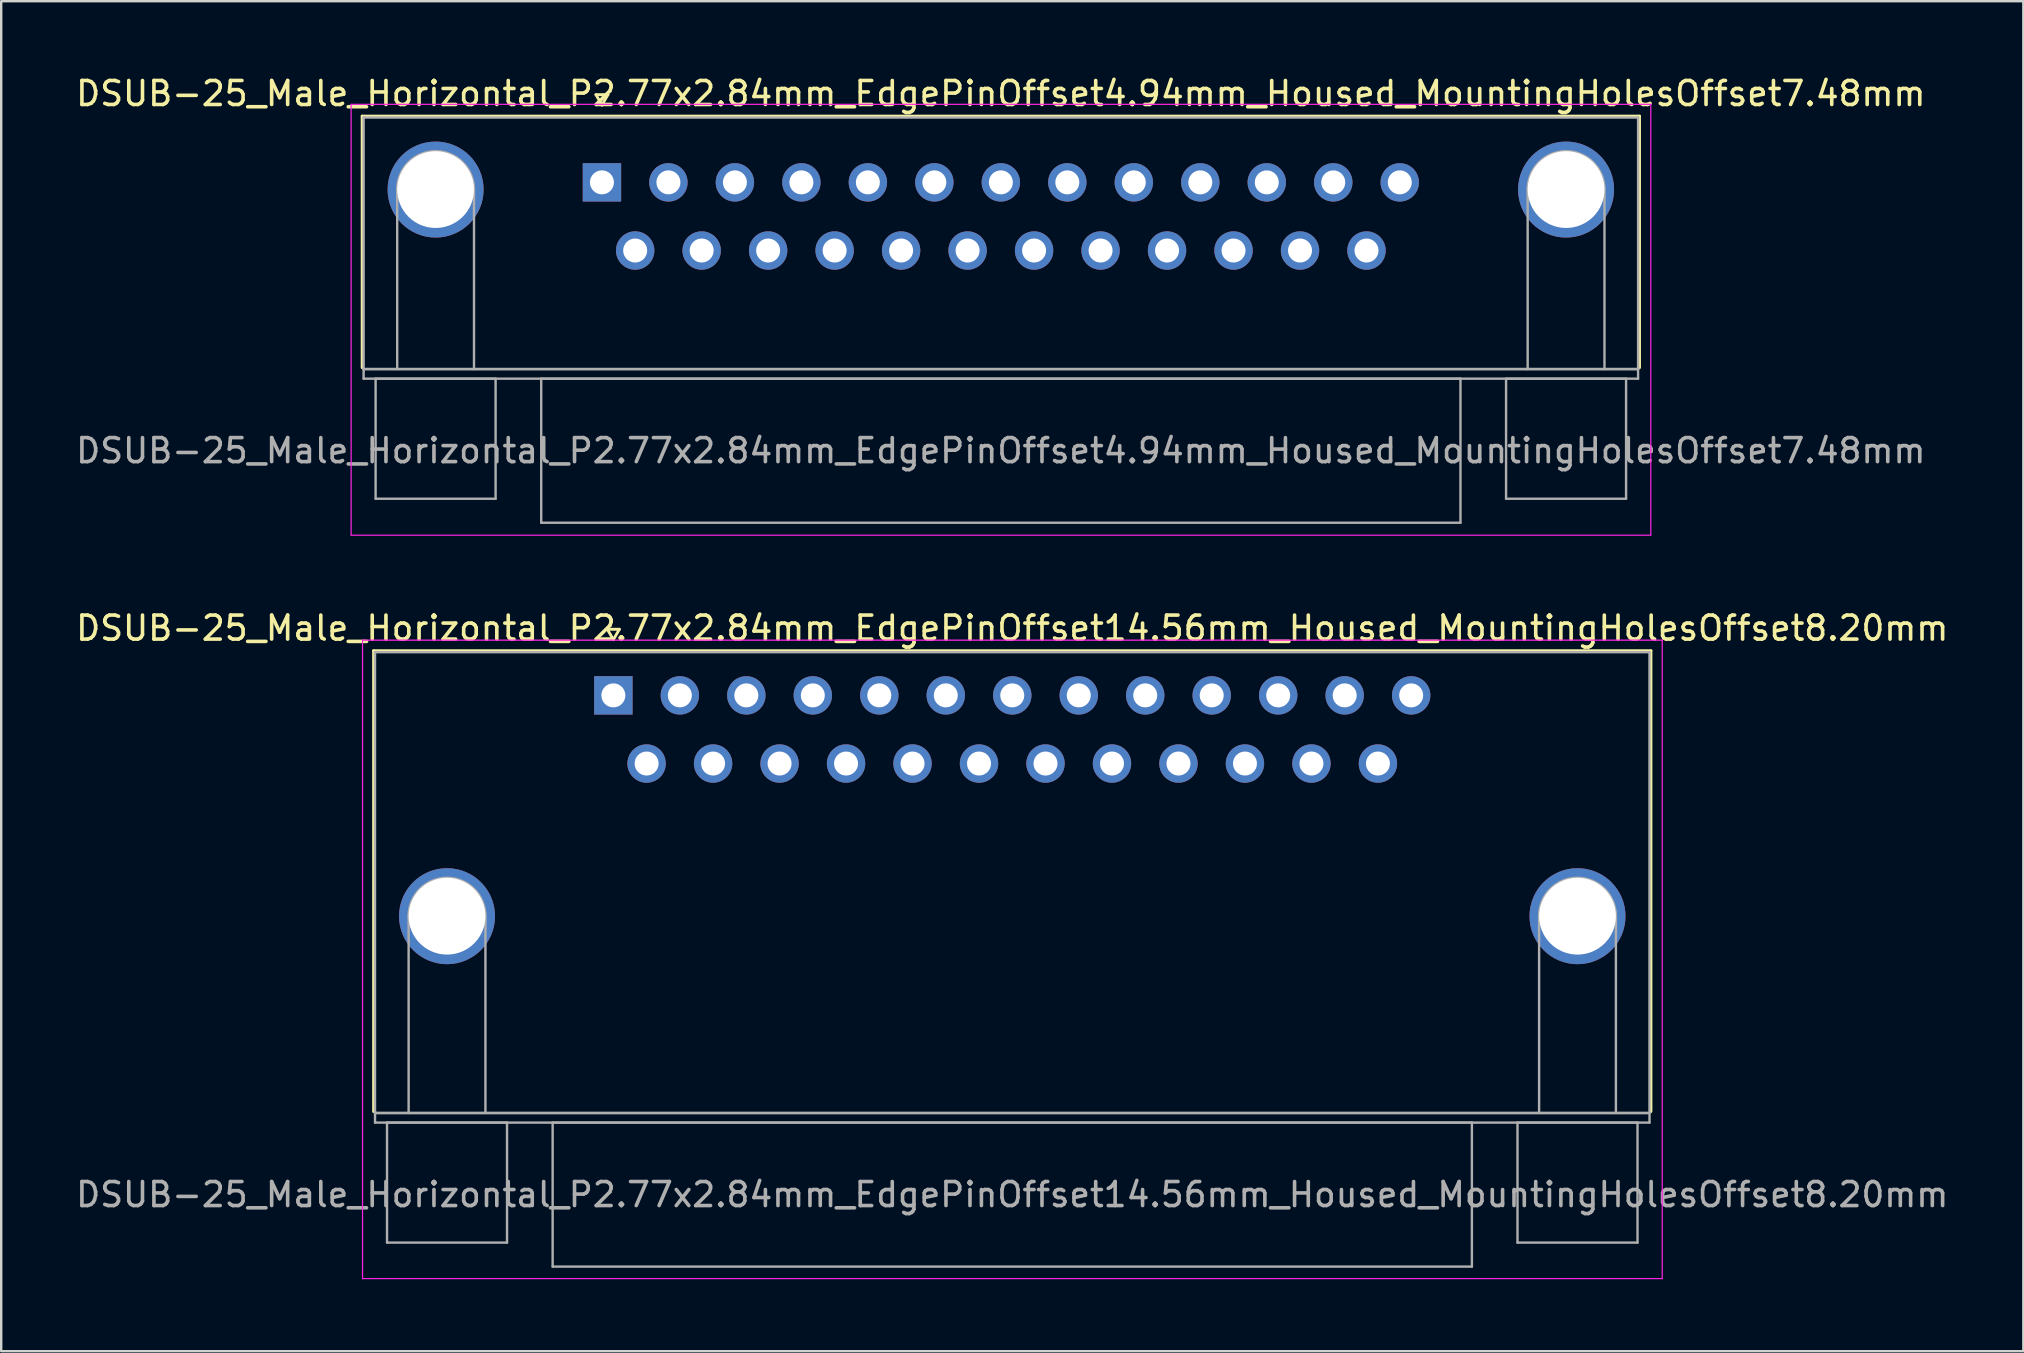
<source format=kicad_pcb>
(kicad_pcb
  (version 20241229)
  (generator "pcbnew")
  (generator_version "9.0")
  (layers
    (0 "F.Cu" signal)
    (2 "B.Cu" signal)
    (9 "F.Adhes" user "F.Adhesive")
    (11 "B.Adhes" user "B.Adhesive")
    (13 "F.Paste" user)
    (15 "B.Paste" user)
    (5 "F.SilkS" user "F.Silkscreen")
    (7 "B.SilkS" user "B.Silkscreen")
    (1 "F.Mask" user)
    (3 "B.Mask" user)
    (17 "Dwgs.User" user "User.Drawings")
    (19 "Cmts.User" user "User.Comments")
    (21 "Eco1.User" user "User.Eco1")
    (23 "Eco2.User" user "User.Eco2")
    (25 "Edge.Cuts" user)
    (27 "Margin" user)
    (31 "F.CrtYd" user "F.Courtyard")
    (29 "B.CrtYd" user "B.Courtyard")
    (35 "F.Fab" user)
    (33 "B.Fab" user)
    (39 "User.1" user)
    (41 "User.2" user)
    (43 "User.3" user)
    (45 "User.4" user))
  (footprint "DSUB-25_Male_Horizontal_P2.77x2.84mm_EdgePinOffset4.94mm_Housed_MountingHolesOffset7.48mm"
    (layer "F.Cu")
    (at 22.029 4.548)
    (property "Reference" "DSUB-25_Male_Horizontal_P2.77x2.84mm_EdgePinOffset4.94mm_Housed_MountingHolesOffset7.48mm" (at 16.62 -3.7 0) (layer "F.SilkS") (effects (font (size 1 1) (thickness 0.15))))
    (attr through_hole)
    (fp_line (start -9.99 -2.76) (end 43.23 -2.76) (stroke (width 0.12) (type solid)) (layer "F.SilkS"))
    (fp_line (start -9.99 7.72) (end -9.99 -2.76) (stroke (width 0.12) (type solid)) (layer "F.SilkS"))
    (fp_line (start -0.25 -3.654) (end 0.25 -3.654) (stroke (width 0.12) (type solid)) (layer "F.SilkS"))
    (fp_line (start 0 -3.221) (end -0.25 -3.654) (stroke (width 0.12) (type solid)) (layer "F.SilkS"))
    (fp_line (start 0.25 -3.654) (end 0 -3.221) (stroke (width 0.12) (type solid)) (layer "F.SilkS"))
    (fp_line (start 43.23 -2.76) (end 43.23 7.72) (stroke (width 0.12) (type solid)) (layer "F.SilkS"))
    (fp_line (start -10.45 -3.25) (end -10.45 14.7) (stroke (width 0.05) (type solid)) (layer "F.CrtYd"))
    (fp_line (start -10.45 14.7) (end 43.7 14.7) (stroke (width 0.05) (type solid)) (layer "F.CrtYd"))
    (fp_line (start 43.7 -3.25) (end -10.45 -3.25) (stroke (width 0.05) (type solid)) (layer "F.CrtYd"))
    (fp_line (start 43.7 14.7) (end 43.7 -3.25) (stroke (width 0.05) (type solid)) (layer "F.CrtYd"))
    (fp_line (start -9.93 -2.7) (end -9.93 7.78) (stroke (width 0.1) (type solid)) (layer "F.Fab"))
    (fp_line (start -9.93 7.78) (end -9.93 8.18) (stroke (width 0.1) (type solid)) (layer "F.Fab"))
    (fp_line (start -9.93 7.78) (end 43.17 7.78) (stroke (width 0.1) (type solid)) (layer "F.Fab"))
    (fp_line (start -9.93 8.18) (end 43.17 8.18) (stroke (width 0.1) (type solid)) (layer "F.Fab"))
    (fp_line (start -9.43 8.18) (end -9.43 13.18) (stroke (width 0.1) (type solid)) (layer "F.Fab"))
    (fp_line (start -9.43 13.18) (end -4.43 13.18) (stroke (width 0.1) (type solid)) (layer "F.Fab"))
    (fp_line (start -8.53 7.78) (end -8.53 0.3) (stroke (width 0.1) (type solid)) (layer "F.Fab"))
    (fp_line (start -5.33 7.78) (end -5.33 0.3) (stroke (width 0.1) (type solid)) (layer "F.Fab"))
    (fp_line (start -4.43 8.18) (end -9.43 8.18) (stroke (width 0.1) (type solid)) (layer "F.Fab"))
    (fp_line (start -4.43 13.18) (end -4.43 8.18) (stroke (width 0.1) (type solid)) (layer "F.Fab"))
    (fp_line (start -2.53 8.18) (end -2.53 14.18) (stroke (width 0.1) (type solid)) (layer "F.Fab"))
    (fp_line (start -2.53 14.18) (end 35.77 14.18) (stroke (width 0.1) (type solid)) (layer "F.Fab"))
    (fp_line (start 35.77 8.18) (end -2.53 8.18) (stroke (width 0.1) (type solid)) (layer "F.Fab"))
    (fp_line (start 35.77 14.18) (end 35.77 8.18) (stroke (width 0.1) (type solid)) (layer "F.Fab"))
    (fp_line (start 37.67 8.18) (end 37.67 13.18) (stroke (width 0.1) (type solid)) (layer "F.Fab"))
    (fp_line (start 37.67 13.18) (end 42.67 13.18) (stroke (width 0.1) (type solid)) (layer "F.Fab"))
    (fp_line (start 38.57 7.78) (end 38.57 0.3) (stroke (width 0.1) (type solid)) (layer "F.Fab"))
    (fp_line (start 41.77 7.78) (end 41.77 0.3) (stroke (width 0.1) (type solid)) (layer "F.Fab"))
    (fp_line (start 42.67 8.18) (end 37.67 8.18) (stroke (width 0.1) (type solid)) (layer "F.Fab"))
    (fp_line (start 42.67 13.18) (end 42.67 8.18) (stroke (width 0.1) (type solid)) (layer "F.Fab"))
    (fp_line (start 43.17 -2.7) (end -9.93 -2.7) (stroke (width 0.1) (type solid)) (layer "F.Fab"))
    (fp_line (start 43.17 7.78) (end -9.93 7.78) (stroke (width 0.1) (type solid)) (layer "F.Fab"))
    (fp_line (start 43.17 7.78) (end 43.17 -2.7) (stroke (width 0.1) (type solid)) (layer "F.Fab"))
    (fp_line (start 43.17 8.18) (end 43.17 7.78) (stroke (width 0.1) (type solid)) (layer "F.Fab"))
    (fp_arc (start -8.53 0.3) (mid -6.93 -1.3) (end -5.33 0.3) (stroke (width 0.1) (type solid)) (layer "F.Fab"))
    (fp_arc (start 38.57 0.3) (mid 40.17 -1.3) (end 41.77 0.3) (stroke (width 0.1) (type solid)) (layer "F.Fab"))
    (fp_text user "${REFERENCE}" (at 16.62 11.18 0) (layer "F.Fab") (effects (font (size 1 1) (thickness 0.15))))
    (pad "0" thru_hole circle (at -6.93 0.3) (size 4 4) (drill 3.2) (layers "*.Cu" "*.Mask"))
    (pad "0" thru_hole circle (at 40.17 0.3) (size 4 4) (drill 3.2) (layers "*.Cu" "*.Mask"))
    (pad "1" thru_hole rect (at 0 0) (size 1.6 1.6) (drill 1) (layers "*.Cu" "*.Mask"))
    (pad "2" thru_hole circle (at 2.77 0) (size 1.6 1.6) (drill 1) (layers "*.Cu" "*.Mask"))
    (pad "3" thru_hole circle (at 5.54 0) (size 1.6 1.6) (drill 1) (layers "*.Cu" "*.Mask"))
    (pad "4" thru_hole circle (at 8.31 0) (size 1.6 1.6) (drill 1) (layers "*.Cu" "*.Mask"))
    (pad "5" thru_hole circle (at 11.08 0) (size 1.6 1.6) (drill 1) (layers "*.Cu" "*.Mask"))
    (pad "6" thru_hole circle (at 13.85 0) (size 1.6 1.6) (drill 1) (layers "*.Cu" "*.Mask"))
    (pad "7" thru_hole circle (at 16.62 0) (size 1.6 1.6) (drill 1) (layers "*.Cu" "*.Mask"))
    (pad "8" thru_hole circle (at 19.39 0) (size 1.6 1.6) (drill 1) (layers "*.Cu" "*.Mask"))
    (pad "9" thru_hole circle (at 22.16 0) (size 1.6 1.6) (drill 1) (layers "*.Cu" "*.Mask"))
    (pad "10" thru_hole circle (at 24.93 0) (size 1.6 1.6) (drill 1) (layers "*.Cu" "*.Mask"))
    (pad "11" thru_hole circle (at 27.7 0) (size 1.6 1.6) (drill 1) (layers "*.Cu" "*.Mask"))
    (pad "12" thru_hole circle (at 30.47 0) (size 1.6 1.6) (drill 1) (layers "*.Cu" "*.Mask"))
    (pad "13" thru_hole circle (at 33.24 0) (size 1.6 1.6) (drill 1) (layers "*.Cu" "*.Mask"))
    (pad "14" thru_hole circle (at 1.385 2.84) (size 1.6 1.6) (drill 1) (layers "*.Cu" "*.Mask"))
    (pad "15" thru_hole circle (at 4.155 2.84) (size 1.6 1.6) (drill 1) (layers "*.Cu" "*.Mask"))
    (pad "16" thru_hole circle (at 6.925 2.84) (size 1.6 1.6) (drill 1) (layers "*.Cu" "*.Mask"))
    (pad "17" thru_hole circle (at 9.695 2.84) (size 1.6 1.6) (drill 1) (layers "*.Cu" "*.Mask"))
    (pad "18" thru_hole circle (at 12.465 2.84) (size 1.6 1.6) (drill 1) (layers "*.Cu" "*.Mask"))
    (pad "19" thru_hole circle (at 15.235 2.84) (size 1.6 1.6) (drill 1) (layers "*.Cu" "*.Mask"))
    (pad "20" thru_hole circle (at 18.005 2.84) (size 1.6 1.6) (drill 1) (layers "*.Cu" "*.Mask"))
    (pad "21" thru_hole circle (at 20.775 2.84) (size 1.6 1.6) (drill 1) (layers "*.Cu" "*.Mask"))
    (pad "22" thru_hole circle (at 23.545 2.84) (size 1.6 1.6) (drill 1) (layers "*.Cu" "*.Mask"))
    (pad "23" thru_hole circle (at 26.315 2.84) (size 1.6 1.6) (drill 1) (layers "*.Cu" "*.Mask"))
    (pad "24" thru_hole circle (at 29.085 2.84) (size 1.6 1.6) (drill 1) (layers "*.Cu" "*.Mask"))
    (pad "25" thru_hole circle (at 31.855 2.84) (size 1.6 1.6) (drill 1) (layers "*.Cu" "*.Mask")))
  (footprint "DSUB-25_Male_Horizontal_P2.77x2.84mm_EdgePinOffset14.56mm_Housed_MountingHolesOffset8.20mm"
    (layer "F.Cu")
    (at 22.505 25.922)
    (property "Reference" "DSUB-25_Male_Horizontal_P2.77x2.84mm_EdgePinOffset14.56mm_Housed_MountingHolesOffset8.20mm" (at 16.62 -2.8 0) (layer "F.SilkS") (effects (font (size 1 1) (thickness 0.15))))
    (attr through_hole)
    (fp_line (start -9.99 -1.86) (end 43.23 -1.86) (stroke (width 0.12) (type solid)) (layer "F.SilkS"))
    (fp_line (start -9.99 17.34) (end -9.99 -1.86) (stroke (width 0.12) (type solid)) (layer "F.SilkS"))
    (fp_line (start -0.25 -2.754) (end 0.25 -2.754) (stroke (width 0.12) (type solid)) (layer "F.SilkS"))
    (fp_line (start 0 -2.321) (end -0.25 -2.754) (stroke (width 0.12) (type solid)) (layer "F.SilkS"))
    (fp_line (start 0.25 -2.754) (end 0 -2.321) (stroke (width 0.12) (type solid)) (layer "F.SilkS"))
    (fp_line (start 43.23 -1.86) (end 43.23 17.34) (stroke (width 0.12) (type solid)) (layer "F.SilkS"))
    (fp_line (start -10.45 -2.3) (end -10.45 24.3) (stroke (width 0.05) (type solid)) (layer "F.CrtYd"))
    (fp_line (start -10.45 24.3) (end 43.7 24.3) (stroke (width 0.05) (type solid)) (layer "F.CrtYd"))
    (fp_line (start 43.7 -2.3) (end -10.45 -2.3) (stroke (width 0.05) (type solid)) (layer "F.CrtYd"))
    (fp_line (start 43.7 24.3) (end 43.7 -2.3) (stroke (width 0.05) (type solid)) (layer "F.CrtYd"))
    (fp_line (start -9.93 -1.8) (end -9.93 17.4) (stroke (width 0.1) (type solid)) (layer "F.Fab"))
    (fp_line (start -9.93 17.4) (end -9.93 17.8) (stroke (width 0.1) (type solid)) (layer "F.Fab"))
    (fp_line (start -9.93 17.4) (end 43.17 17.4) (stroke (width 0.1) (type solid)) (layer "F.Fab"))
    (fp_line (start -9.93 17.8) (end 43.17 17.8) (stroke (width 0.1) (type solid)) (layer "F.Fab"))
    (fp_line (start -9.43 17.8) (end -9.43 22.8) (stroke (width 0.1) (type solid)) (layer "F.Fab"))
    (fp_line (start -9.43 22.8) (end -4.43 22.8) (stroke (width 0.1) (type solid)) (layer "F.Fab"))
    (fp_line (start -8.53 17.4) (end -8.53 9.2) (stroke (width 0.1) (type solid)) (layer "F.Fab"))
    (fp_line (start -5.33 17.4) (end -5.33 9.2) (stroke (width 0.1) (type solid)) (layer "F.Fab"))
    (fp_line (start -4.43 17.8) (end -9.43 17.8) (stroke (width 0.1) (type solid)) (layer "F.Fab"))
    (fp_line (start -4.43 22.8) (end -4.43 17.8) (stroke (width 0.1) (type solid)) (layer "F.Fab"))
    (fp_line (start -2.53 17.8) (end -2.53 23.8) (stroke (width 0.1) (type solid)) (layer "F.Fab"))
    (fp_line (start -2.53 23.8) (end 35.77 23.8) (stroke (width 0.1) (type solid)) (layer "F.Fab"))
    (fp_line (start 35.77 17.8) (end -2.53 17.8) (stroke (width 0.1) (type solid)) (layer "F.Fab"))
    (fp_line (start 35.77 23.8) (end 35.77 17.8) (stroke (width 0.1) (type solid)) (layer "F.Fab"))
    (fp_line (start 37.67 17.8) (end 37.67 22.8) (stroke (width 0.1) (type solid)) (layer "F.Fab"))
    (fp_line (start 37.67 22.8) (end 42.67 22.8) (stroke (width 0.1) (type solid)) (layer "F.Fab"))
    (fp_line (start 38.57 17.4) (end 38.57 9.2) (stroke (width 0.1) (type solid)) (layer "F.Fab"))
    (fp_line (start 41.77 17.4) (end 41.77 9.2) (stroke (width 0.1) (type solid)) (layer "F.Fab"))
    (fp_line (start 42.67 17.8) (end 37.67 17.8) (stroke (width 0.1) (type solid)) (layer "F.Fab"))
    (fp_line (start 42.67 22.8) (end 42.67 17.8) (stroke (width 0.1) (type solid)) (layer "F.Fab"))
    (fp_line (start 43.17 -1.8) (end -9.93 -1.8) (stroke (width 0.1) (type solid)) (layer "F.Fab"))
    (fp_line (start 43.17 17.4) (end -9.93 17.4) (stroke (width 0.1) (type solid)) (layer "F.Fab"))
    (fp_line (start 43.17 17.4) (end 43.17 -1.8) (stroke (width 0.1) (type solid)) (layer "F.Fab"))
    (fp_line (start 43.17 17.8) (end 43.17 17.4) (stroke (width 0.1) (type solid)) (layer "F.Fab"))
    (fp_arc (start -8.53 9.2) (mid -6.93 7.6) (end -5.33 9.2) (stroke (width 0.1) (type solid)) (layer "F.Fab"))
    (fp_arc (start 38.57 9.2) (mid 40.17 7.6) (end 41.77 9.2) (stroke (width 0.1) (type solid)) (layer "F.Fab"))
    (fp_text user "${REFERENCE}" (at 16.62 20.8 0) (layer "F.Fab") (effects (font (size 1 1) (thickness 0.15))))
    (pad "0" thru_hole circle (at -6.93 9.2) (size 4 4) (drill 3.2) (layers "*.Cu" "*.Mask"))
    (pad "0" thru_hole circle (at 40.17 9.2) (size 4 4) (drill 3.2) (layers "*.Cu" "*.Mask"))
    (pad "1" thru_hole rect (at 0 0) (size 1.6 1.6) (drill 1) (layers "*.Cu" "*.Mask"))
    (pad "2" thru_hole circle (at 2.77 0) (size 1.6 1.6) (drill 1) (layers "*.Cu" "*.Mask"))
    (pad "3" thru_hole circle (at 5.54 0) (size 1.6 1.6) (drill 1) (layers "*.Cu" "*.Mask"))
    (pad "4" thru_hole circle (at 8.31 0) (size 1.6 1.6) (drill 1) (layers "*.Cu" "*.Mask"))
    (pad "5" thru_hole circle (at 11.08 0) (size 1.6 1.6) (drill 1) (layers "*.Cu" "*.Mask"))
    (pad "6" thru_hole circle (at 13.85 0) (size 1.6 1.6) (drill 1) (layers "*.Cu" "*.Mask"))
    (pad "7" thru_hole circle (at 16.62 0) (size 1.6 1.6) (drill 1) (layers "*.Cu" "*.Mask"))
    (pad "8" thru_hole circle (at 19.39 0) (size 1.6 1.6) (drill 1) (layers "*.Cu" "*.Mask"))
    (pad "9" thru_hole circle (at 22.16 0) (size 1.6 1.6) (drill 1) (layers "*.Cu" "*.Mask"))
    (pad "10" thru_hole circle (at 24.93 0) (size 1.6 1.6) (drill 1) (layers "*.Cu" "*.Mask"))
    (pad "11" thru_hole circle (at 27.7 0) (size 1.6 1.6) (drill 1) (layers "*.Cu" "*.Mask"))
    (pad "12" thru_hole circle (at 30.47 0) (size 1.6 1.6) (drill 1) (layers "*.Cu" "*.Mask"))
    (pad "13" thru_hole circle (at 33.24 0) (size 1.6 1.6) (drill 1) (layers "*.Cu" "*.Mask"))
    (pad "14" thru_hole circle (at 1.385 2.84) (size 1.6 1.6) (drill 1) (layers "*.Cu" "*.Mask"))
    (pad "15" thru_hole circle (at 4.155 2.84) (size 1.6 1.6) (drill 1) (layers "*.Cu" "*.Mask"))
    (pad "16" thru_hole circle (at 6.925 2.84) (size 1.6 1.6) (drill 1) (layers "*.Cu" "*.Mask"))
    (pad "17" thru_hole circle (at 9.695 2.84) (size 1.6 1.6) (drill 1) (layers "*.Cu" "*.Mask"))
    (pad "18" thru_hole circle (at 12.465 2.84) (size 1.6 1.6) (drill 1) (layers "*.Cu" "*.Mask"))
    (pad "19" thru_hole circle (at 15.235 2.84) (size 1.6 1.6) (drill 1) (layers "*.Cu" "*.Mask"))
    (pad "20" thru_hole circle (at 18.005 2.84) (size 1.6 1.6) (drill 1) (layers "*.Cu" "*.Mask"))
    (pad "21" thru_hole circle (at 20.775 2.84) (size 1.6 1.6) (drill 1) (layers "*.Cu" "*.Mask"))
    (pad "22" thru_hole circle (at 23.545 2.84) (size 1.6 1.6) (drill 1) (layers "*.Cu" "*.Mask"))
    (pad "23" thru_hole circle (at 26.315 2.84) (size 1.6 1.6) (drill 1) (layers "*.Cu" "*.Mask"))
    (pad "24" thru_hole circle (at 29.085 2.84) (size 1.6 1.6) (drill 1) (layers "*.Cu" "*.Mask"))
    (pad "25" thru_hole circle (at 31.855 2.84) (size 1.6 1.6) (drill 1) (layers "*.Cu" "*.Mask")))
  (gr_rect
    (start -3 -3)
    (end 81.25 53.246)
    (stroke (width 0.1) (type default))
    (fill no)
    (layer "Edge.Cuts")))
</source>
